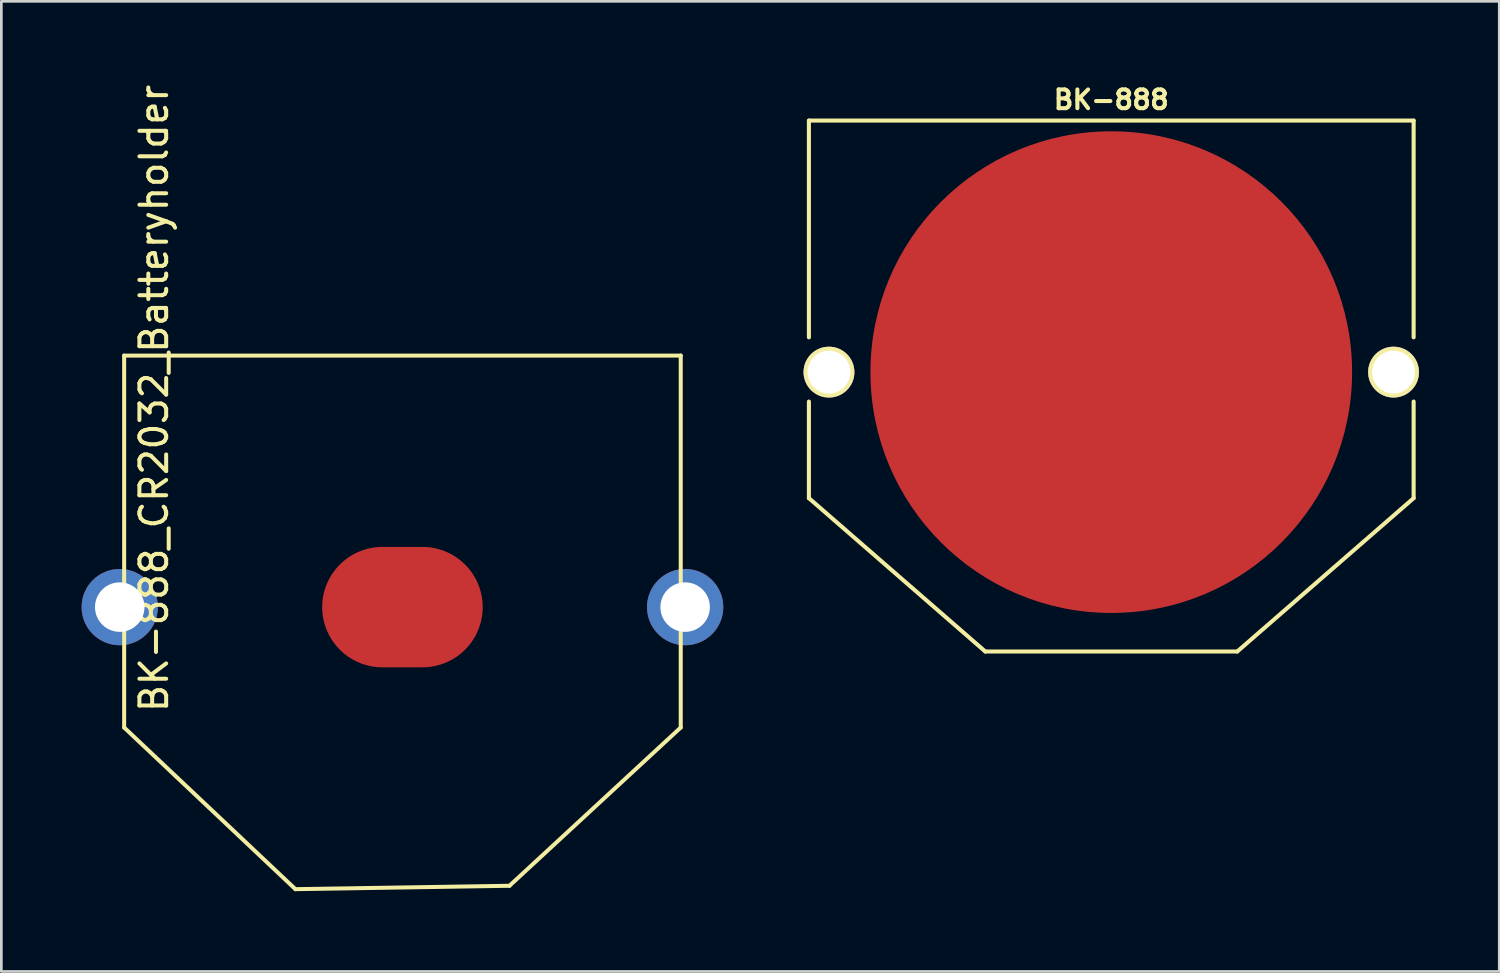
<source format=kicad_pcb>
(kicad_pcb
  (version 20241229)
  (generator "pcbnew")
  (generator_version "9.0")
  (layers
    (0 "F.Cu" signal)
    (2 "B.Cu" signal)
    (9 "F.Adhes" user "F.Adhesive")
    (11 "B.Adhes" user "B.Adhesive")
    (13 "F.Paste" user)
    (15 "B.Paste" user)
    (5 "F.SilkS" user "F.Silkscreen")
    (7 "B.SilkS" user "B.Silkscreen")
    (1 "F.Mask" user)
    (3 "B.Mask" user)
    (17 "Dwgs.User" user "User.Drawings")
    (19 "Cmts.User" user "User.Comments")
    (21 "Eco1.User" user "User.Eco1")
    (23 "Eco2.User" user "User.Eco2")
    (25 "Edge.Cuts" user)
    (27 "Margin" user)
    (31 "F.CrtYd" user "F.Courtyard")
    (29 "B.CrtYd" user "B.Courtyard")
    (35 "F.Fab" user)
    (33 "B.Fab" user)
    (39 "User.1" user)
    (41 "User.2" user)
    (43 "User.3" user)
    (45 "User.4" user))
  (footprint "BK-888_CR2032_Batteryholder"
    (layer "F.Cu")
    (at 11.99 19.639)
    (property "Reference" "BK-888_CR2032_Batteryholder" (at -9.285 -7.8 270) (layer "F.SilkS") (effects (font (size 1 1) (thickness 0.15))))
    (attr through_hole)
    (fp_line (start -10.4 -9.4) (end 10.4 -9.4) (stroke (width 0.15) (type solid)) (layer "F.SilkS"))
    (fp_line (start -10.4 4.5) (end -10.4 -9.4) (stroke (width 0.15) (type solid)) (layer "F.SilkS"))
    (fp_line (start -10.4 4.5) (end -4 10.541) (stroke (width 0.15) (type solid)) (layer "F.SilkS"))
    (fp_line (start -4 10.541) (end 4 10.414) (stroke (width 0.15) (type solid)) (layer "F.SilkS"))
    (fp_line (start 4 10.414) (end 10.4 4.5) (stroke (width 0.15) (type solid)) (layer "F.SilkS"))
    (fp_line (start 10.4 4.5) (end 10.4 -9.4) (stroke (width 0.15) (type solid)) (layer "F.SilkS"))
    (pad "1" thru_hole circle (at -10.565 0) (size 2.85 2.85) (drill 1.85) (layers "*.Cu" "*.Mask"))
    (pad "1" thru_hole circle (at 10.565 0) (size 2.85 2.85) (drill 1.85) (layers "*.Cu" "*.Mask"))
    (pad "2" smd oval (at 0 0) (size 6 4.5) (layers "F.Cu" "F.Mask" "F.Paste")))
  (footprint "BK-888"
    (layer "F.Cu")
    (at 38.48 10.857)
    (property "Reference" "BK-888" (at 0 -10.18 0) (layer "F.SilkS") (effects (font (size 0.7 0.7) (thickness 0.152))))
    (attr through_hole)
    (fp_line (start -11.3 -9.4) (end -11.3 -1.3) (stroke (width 0.152) (type solid)) (layer "F.SilkS"))
    (fp_line (start -11.3 1.1) (end -11.3 4.71) (stroke (width 0.152) (type solid)) (layer "F.SilkS"))
    (fp_line (start -11.3 4.71) (end -4.71 10.44) (stroke (width 0.152) (type solid)) (layer "F.SilkS"))
    (fp_line (start 4.71 10.44) (end -4.71 10.44) (stroke (width 0.152) (type solid)) (layer "F.SilkS"))
    (fp_line (start 4.71 10.44) (end 11.3 4.71) (stroke (width 0.152) (type solid)) (layer "F.SilkS"))
    (fp_line (start 11.3 -9.4) (end -11.3 -9.4) (stroke (width 0.152) (type solid)) (layer "F.SilkS"))
    (fp_line (start 11.3 -1.3) (end 11.3 -9.4) (stroke (width 0.152) (type solid)) (layer "F.SilkS"))
    (fp_line (start 11.3 1.1) (end 11.3 4.71) (stroke (width 0.152) (type solid)) (layer "F.SilkS"))
    (pad "" thru_hole circle (at 10.55 0) (size 1.9 1.9) (drill 1.6) (layers "*.Cu" "*.Mask" "F.SilkS"))
    (pad "1" thru_hole circle (at -10.55 0) (size 1.9 1.9) (drill 1.6) (layers "*.Cu" "*.Mask" "F.SilkS"))
    (pad "2" smd circle (at 0 0) (size 18 18) (layers "F.Cu" "F.Mask" "F.Paste")))
  (gr_rect
    (start -3 -3)
    (end 52.98 33.255)
    (stroke (width 0.1) (type default))
    (fill no)
    (layer "Edge.Cuts")))
</source>
